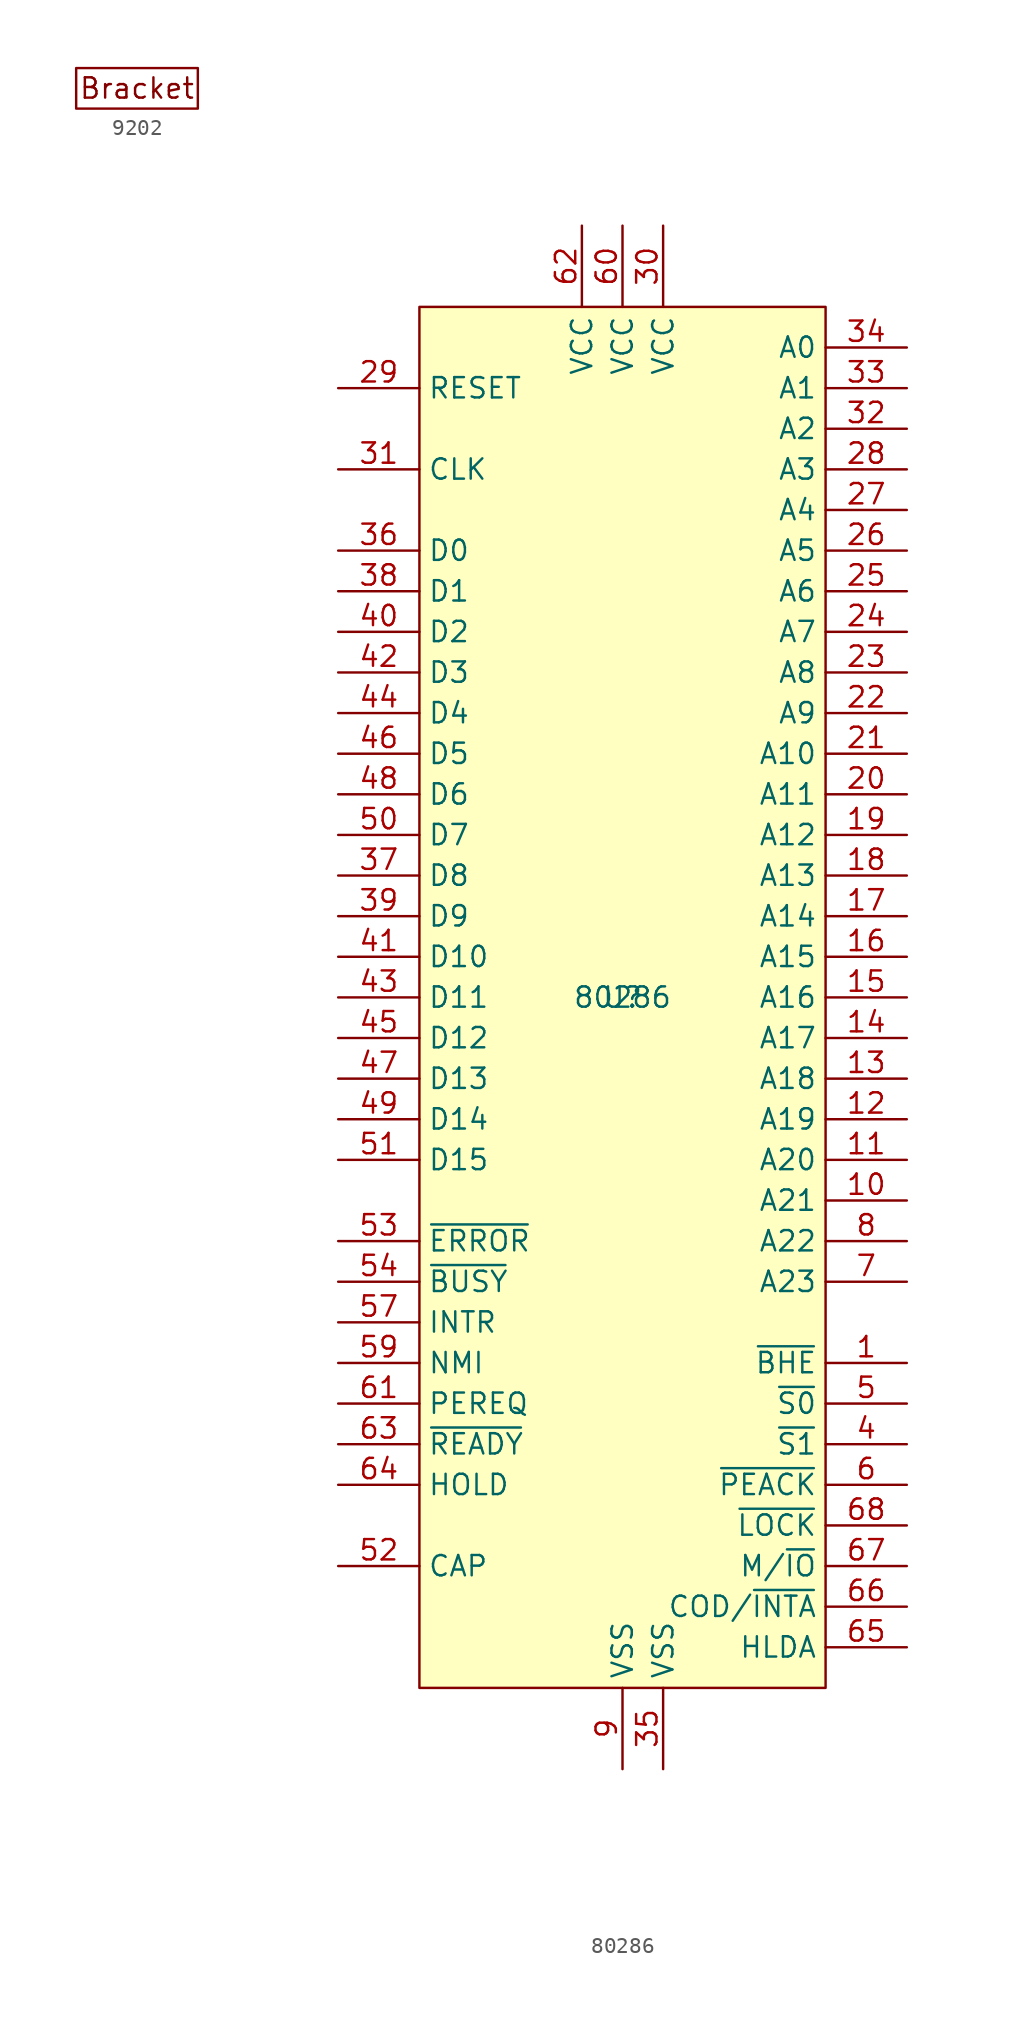
<source format=kicad_sym>
(kicad_symbol_lib
  (version 20231120)
  (generator "kicad_symbol_editor")
  (generator_version "8.0")
  (symbol "9202"
    (property "Reference" "BRACKET"
      (at 0 0 0)
      (effects (font (size 1.27 1.27)) (hide yes)))
    (property "Value" ""
      (at 0 0 0)
      (effects (font (size 1.27 1.27))))
    (symbol "9202_1_1"
      (rectangle (start -3.81 1.27) (end 3.81 -1.27) (stroke (width 0) (type default)) (fill (type none)))
      (text "Bracket" (at 0 0 0) (effects (font (size 1.27 1.27))))))
  (symbol "80286"
    (property "Reference" "U"
      (at 0 0 0)
      (effects (font (size 1.27 1.27))))
    (property "Value" "80286"
      (at 0 0 0)
      (effects (font (size 1.27 1.27))))
    (symbol "80286_0_0"
      (pin output line (at 17.78 -22.86 180) (length 5.08) (name "~{BHE}" (effects (font (size 1.27 1.27)))) (number "1" (effects (font (size 1.27 1.27)))))
      (pin output line (at 17.78 -12.7 180) (length 5.08) (name "A21" (effects (font (size 1.27 1.27)))) (number "10" (effects (font (size 1.27 1.27)))))
      (pin output line (at 17.78 -10.16 180) (length 5.08) (name "A20" (effects (font (size 1.27 1.27)))) (number "11" (effects (font (size 1.27 1.27)))))
      (pin output line (at 17.78 -7.62 180) (length 5.08) (name "A19" (effects (font (size 1.27 1.27)))) (number "12" (effects (font (size 1.27 1.27)))))
      (pin output line (at 17.78 -5.08 180) (length 5.08) (name "A18" (effects (font (size 1.27 1.27)))) (number "13" (effects (font (size 1.27 1.27)))))
      (pin output line (at 17.78 -2.54 180) (length 5.08) (name "A17" (effects (font (size 1.27 1.27)))) (number "14" (effects (font (size 1.27 1.27)))))
      (pin output line (at 17.78 0 180) (length 5.08) (name "A16" (effects (font (size 1.27 1.27)))) (number "15" (effects (font (size 1.27 1.27)))))
      (pin output line (at 17.78 2.54 180) (length 5.08) (name "A15" (effects (font (size 1.27 1.27)))) (number "16" (effects (font (size 1.27 1.27)))))
      (pin output line (at 17.78 5.08 180) (length 5.08) (name "A14" (effects (font (size 1.27 1.27)))) (number "17" (effects (font (size 1.27 1.27)))))
      (pin output line (at 17.78 7.62 180) (length 5.08) (name "A13" (effects (font (size 1.27 1.27)))) (number "18" (effects (font (size 1.27 1.27)))))
      (pin output line (at 17.78 10.16 180) (length 5.08) (name "A12" (effects (font (size 1.27 1.27)))) (number "19" (effects (font (size 1.27 1.27)))))
      (pin output line (at 17.78 12.7 180) (length 5.08) (name "A11" (effects (font (size 1.27 1.27)))) (number "20" (effects (font (size 1.27 1.27)))))
      (pin output line (at 17.78 15.24 180) (length 5.08) (name "A10" (effects (font (size 1.27 1.27)))) (number "21" (effects (font (size 1.27 1.27)))))
      (pin output line (at 17.78 17.78 180) (length 5.08) (name "A9" (effects (font (size 1.27 1.27)))) (number "22" (effects (font (size 1.27 1.27)))))
      (pin output line (at 17.78 20.32 180) (length 5.08) (name "A8" (effects (font (size 1.27 1.27)))) (number "23" (effects (font (size 1.27 1.27)))))
      (pin output line (at 17.78 22.86 180) (length 5.08) (name "A7" (effects (font (size 1.27 1.27)))) (number "24" (effects (font (size 1.27 1.27)))))
      (pin output line (at 17.78 25.4 180) (length 5.08) (name "A6" (effects (font (size 1.27 1.27)))) (number "25" (effects (font (size 1.27 1.27)))))
      (pin output line (at 17.78 27.94 180) (length 5.08) (name "A5" (effects (font (size 1.27 1.27)))) (number "26" (effects (font (size 1.27 1.27)))))
      (pin output line (at 17.78 30.48 180) (length 5.08) (name "A4" (effects (font (size 1.27 1.27)))) (number "27" (effects (font (size 1.27 1.27)))))
      (pin output line (at 17.78 33.02 180) (length 5.08) (name "A3" (effects (font (size 1.27 1.27)))) (number "28" (effects (font (size 1.27 1.27)))))
      (pin input line (at -17.78 38.1 0) (length 5.08) (name "RESET" (effects (font (size 1.27 1.27)))) (number "29" (effects (font (size 1.27 1.27)))))
      (pin power_in line (at 2.54 48.26 270) (length 5.08) (name "VCC" (effects (font (size 1.27 1.27)))) (number "30" (effects (font (size 1.27 1.27)))))
      (pin input line (at -17.78 33.02 0) (length 5.08) (name "CLK" (effects (font (size 1.27 1.27)))) (number "31" (effects (font (size 1.27 1.27)))))
      (pin output line (at 17.78 35.56 180) (length 5.08) (name "A2" (effects (font (size 1.27 1.27)))) (number "32" (effects (font (size 1.27 1.27)))))
      (pin output line (at 17.78 38.1 180) (length 5.08) (name "A1" (effects (font (size 1.27 1.27)))) (number "33" (effects (font (size 1.27 1.27)))))
      (pin output line (at 17.78 40.64 180) (length 5.08) (name "A0" (effects (font (size 1.27 1.27)))) (number "34" (effects (font (size 1.27 1.27)))))
      (pin power_in line (at 2.54 -48.26 90) (length 5.08) (name "VSS" (effects (font (size 1.27 1.27)))) (number "35" (effects (font (size 1.27 1.27)))))
      (pin bidirectional line (at -17.78 27.94 0) (length 5.08) (name "D0" (effects (font (size 1.27 1.27)))) (number "36" (effects (font (size 1.27 1.27)))))
      (pin bidirectional line (at -17.78 7.62 0) (length 5.08) (name "D8" (effects (font (size 1.27 1.27)))) (number "37" (effects (font (size 1.27 1.27)))))
      (pin bidirectional line (at -17.78 25.4 0) (length 5.08) (name "D1" (effects (font (size 1.27 1.27)))) (number "38" (effects (font (size 1.27 1.27)))))
      (pin bidirectional line (at -17.78 5.08 0) (length 5.08) (name "D9" (effects (font (size 1.27 1.27)))) (number "39" (effects (font (size 1.27 1.27)))))
      (pin output line (at 17.78 -27.94 180) (length 5.08) (name "~{S1}" (effects (font (size 1.27 1.27)))) (number "4" (effects (font (size 1.27 1.27)))))
      (pin bidirectional line (at -17.78 22.86 0) (length 5.08) (name "D2" (effects (font (size 1.27 1.27)))) (number "40" (effects (font (size 1.27 1.27)))))
      (pin bidirectional line (at -17.78 2.54 0) (length 5.08) (name "D10" (effects (font (size 1.27 1.27)))) (number "41" (effects (font (size 1.27 1.27)))))
      (pin bidirectional line (at -17.78 20.32 0) (length 5.08) (name "D3" (effects (font (size 1.27 1.27)))) (number "42" (effects (font (size 1.27 1.27)))))
      (pin bidirectional line (at -17.78 0 0) (length 5.08) (name "D11" (effects (font (size 1.27 1.27)))) (number "43" (effects (font (size 1.27 1.27)))))
      (pin bidirectional line (at -17.78 17.78 0) (length 5.08) (name "D4" (effects (font (size 1.27 1.27)))) (number "44" (effects (font (size 1.27 1.27)))))
      (pin bidirectional line (at -17.78 -2.54 0) (length 5.08) (name "D12" (effects (font (size 1.27 1.27)))) (number "45" (effects (font (size 1.27 1.27)))))
      (pin bidirectional line (at -17.78 15.24 0) (length 5.08) (name "D5" (effects (font (size 1.27 1.27)))) (number "46" (effects (font (size 1.27 1.27)))))
      (pin bidirectional line (at -17.78 -5.08 0) (length 5.08) (name "D13" (effects (font (size 1.27 1.27)))) (number "47" (effects (font (size 1.27 1.27)))))
      (pin bidirectional line (at -17.78 12.7 0) (length 5.08) (name "D6" (effects (font (size 1.27 1.27)))) (number "48" (effects (font (size 1.27 1.27)))))
      (pin bidirectional line (at -17.78 -7.62 0) (length 5.08) (name "D14" (effects (font (size 1.27 1.27)))) (number "49" (effects (font (size 1.27 1.27)))))
      (pin output line (at 17.78 -25.4 180) (length 5.08) (name "~{S0}" (effects (font (size 1.27 1.27)))) (number "5" (effects (font (size 1.27 1.27)))))
      (pin bidirectional line (at -17.78 10.16 0) (length 5.08) (name "D7" (effects (font (size 1.27 1.27)))) (number "50" (effects (font (size 1.27 1.27)))))
      (pin bidirectional line (at -17.78 -10.16 0) (length 5.08) (name "D15" (effects (font (size 1.27 1.27)))) (number "51" (effects (font (size 1.27 1.27)))))
      (pin passive line (at -17.78 -35.56 0) (length 5.08) (name "CAP" (effects (font (size 1.27 1.27)))) (number "52" (effects (font (size 1.27 1.27)))))
      (pin input line (at -17.78 -15.24 0) (length 5.08) (name "~{ERROR}" (effects (font (size 1.27 1.27)))) (number "53" (effects (font (size 1.27 1.27)))))
      (pin input line (at -17.78 -17.78 0) (length 5.08) (name "~{BUSY}" (effects (font (size 1.27 1.27)))) (number "54" (effects (font (size 1.27 1.27)))))
      (pin input line (at -17.78 -20.32 0) (length 5.08) (name "INTR" (effects (font (size 1.27 1.27)))) (number "57" (effects (font (size 1.27 1.27)))))
      (pin input line (at -17.78 -22.86 0) (length 5.08) (name "NMI" (effects (font (size 1.27 1.27)))) (number "59" (effects (font (size 1.27 1.27)))))
      (pin output line (at 17.78 -30.48 180) (length 5.08) (name "~{PEACK}" (effects (font (size 1.27 1.27)))) (number "6" (effects (font (size 1.27 1.27)))))
      (pin power_in line (at 0 48.26 270) (length 5.08) (name "VCC" (effects (font (size 1.27 1.27)))) (number "60" (effects (font (size 1.27 1.27)))))
      (pin input line (at -17.78 -25.4 0) (length 5.08) (name "PEREQ" (effects (font (size 1.27 1.27)))) (number "61" (effects (font (size 1.27 1.27)))))
      (pin power_in line (at -2.54 48.26 270) (length 5.08) (name "VCC" (effects (font (size 1.27 1.27)))) (number "62" (effects (font (size 1.27 1.27)))))
      (pin input line (at -17.78 -27.94 0) (length 5.08) (name "~{READY}" (effects (font (size 1.27 1.27)))) (number "63" (effects (font (size 1.27 1.27)))))
      (pin input line (at -17.78 -30.48 0) (length 5.08) (name "HOLD" (effects (font (size 1.27 1.27)))) (number "64" (effects (font (size 1.27 1.27)))))
      (pin output line (at 17.78 -40.64 180) (length 5.08) (name "HLDA" (effects (font (size 1.27 1.27)))) (number "65" (effects (font (size 1.27 1.27)))))
      (pin output line (at 17.78 -38.1 180) (length 5.08) (name "COD/~{INTA}" (effects (font (size 1.27 1.27)))) (number "66" (effects (font (size 1.27 1.27)))))
      (pin output line (at 17.78 -35.56 180) (length 5.08) (name "M/~{IO}" (effects (font (size 1.27 1.27)))) (number "67" (effects (font (size 1.27 1.27)))))
      (pin output line (at 17.78 -33.02 180) (length 5.08) (name "~{LOCK}" (effects (font (size 1.27 1.27)))) (number "68" (effects (font (size 1.27 1.27)))))
      (pin output line (at 17.78 -17.78 180) (length 5.08) (name "A23" (effects (font (size 1.27 1.27)))) (number "7" (effects (font (size 1.27 1.27)))))
      (pin output line (at 17.78 -15.24 180) (length 5.08) (name "A22" (effects (font (size 1.27 1.27)))) (number "8" (effects (font (size 1.27 1.27)))))
      (pin power_in line (at 0 -48.26 90) (length 5.08) (name "VSS" (effects (font (size 1.27 1.27)))) (number "9" (effects (font (size 1.27 1.27))))))
    (symbol "80286_1_1"
      (rectangle (start -12.7 43.18) (end 12.7 -43.18) (stroke (width 0) (type default)) (fill (type background))))))
</source>
